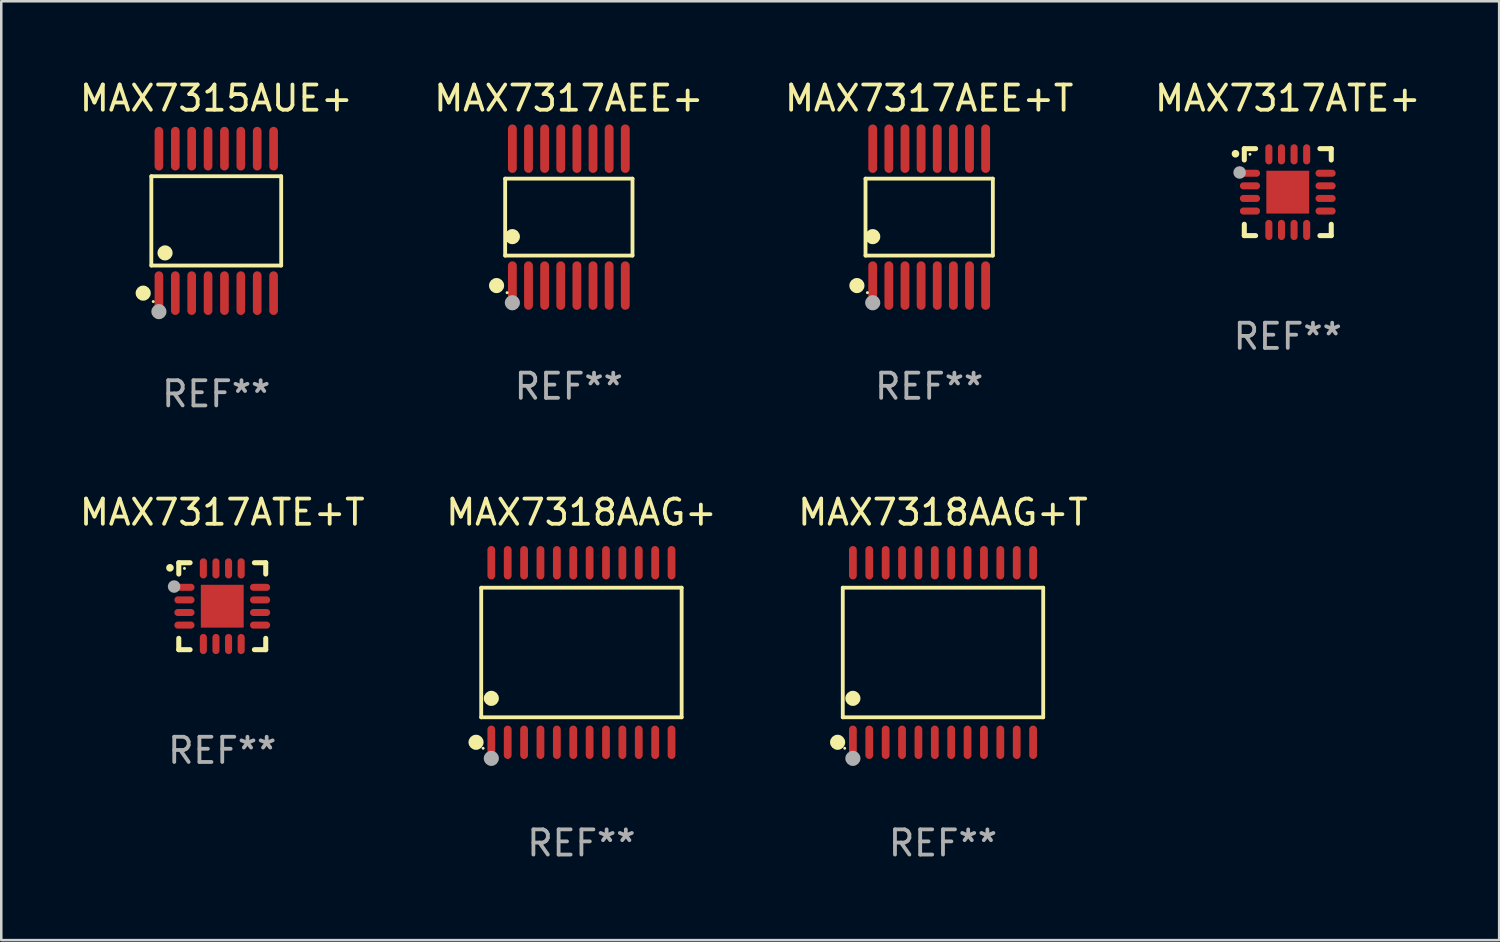
<source format=kicad_pcb>
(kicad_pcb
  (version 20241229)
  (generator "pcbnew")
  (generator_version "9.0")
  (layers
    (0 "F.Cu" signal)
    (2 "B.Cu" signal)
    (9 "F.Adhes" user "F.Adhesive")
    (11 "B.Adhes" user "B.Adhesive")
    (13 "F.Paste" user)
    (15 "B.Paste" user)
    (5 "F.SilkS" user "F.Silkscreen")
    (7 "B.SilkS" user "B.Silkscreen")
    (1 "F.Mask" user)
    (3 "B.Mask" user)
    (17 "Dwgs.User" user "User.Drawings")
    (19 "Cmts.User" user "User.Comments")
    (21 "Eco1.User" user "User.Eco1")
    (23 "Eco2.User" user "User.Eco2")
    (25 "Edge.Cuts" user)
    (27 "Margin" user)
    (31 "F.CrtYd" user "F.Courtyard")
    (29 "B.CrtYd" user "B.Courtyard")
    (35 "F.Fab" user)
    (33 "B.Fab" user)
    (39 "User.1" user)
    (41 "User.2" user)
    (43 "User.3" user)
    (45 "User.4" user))
  (footprint "MAX7317AEE+T"
    (layer "F.Cu")
    (at 33.815 5.564)
    (property "Reference" "MAX7317AEE+T" (at 0 -4.716 0) (layer "F.SilkS") (effects (font (size 1 1) (thickness 0.15))))
    (attr through_hole)
    (fp_line (start -2.526 -1.526) (end 2.526 -1.526) (stroke (width 0.152) (type solid)) (layer "F.SilkS"))
    (fp_line (start -2.526 1.526) (end -2.526 -1.526) (stroke (width 0.152) (type solid)) (layer "F.SilkS"))
    (fp_line (start 2.526 -1.526) (end 2.526 1.526) (stroke (width 0.152) (type solid)) (layer "F.SilkS"))
    (fp_line (start 2.526 1.526) (end -2.526 1.526) (stroke (width 0.152) (type solid)) (layer "F.SilkS"))
    (fp_circle (center -2.867 2.716) (end -2.717 2.716) (stroke (width 0.3) (type solid)) (fill no) (layer "F.SilkS"))
    (fp_circle (center -2.45 2.997) (end -2.42 2.997) (stroke (width 0.06) (type solid)) (fill no) (layer "F.SilkS"))
    (fp_circle (center -2.24 0.774) (end -2.09 0.774) (stroke (width 0.3) (type solid)) (fill no) (layer "F.SilkS"))
    (fp_circle (center -2.24 3.398) (end -2.09 3.398) (stroke (width 0.3) (type solid)) (fill no) (layer "F.Fab"))
    (fp_text user "REF**" (at 0 6.716 0) (layer "F.Fab") (effects (font (size 1 1) (thickness 0.15))))
    (pad "1" smd oval (at -2.24 2.716) (size 0.35 1.922) (layers "F.Cu" "F.Mask" "F.Paste"))
    (pad "2" smd oval (at -1.6 2.716) (size 0.35 1.922) (layers "F.Cu" "F.Mask" "F.Paste"))
    (pad "3" smd oval (at -0.96 2.716) (size 0.35 1.922) (layers "F.Cu" "F.Mask" "F.Paste"))
    (pad "4" smd oval (at -0.32 2.716) (size 0.35 1.922) (layers "F.Cu" "F.Mask" "F.Paste"))
    (pad "5" smd oval (at 0.32 2.716) (size 0.35 1.922) (layers "F.Cu" "F.Mask" "F.Paste"))
    (pad "6" smd oval (at 0.96 2.716) (size 0.35 1.922) (layers "F.Cu" "F.Mask" "F.Paste"))
    (pad "7" smd oval (at 1.6 2.716) (size 0.35 1.922) (layers "F.Cu" "F.Mask" "F.Paste"))
    (pad "8" smd oval (at 2.24 2.716) (size 0.35 1.922) (layers "F.Cu" "F.Mask" "F.Paste"))
    (pad "9" smd oval (at 2.24 -2.716) (size 0.35 1.922) (layers "F.Cu" "F.Mask" "F.Paste"))
    (pad "10" smd oval (at 1.6 -2.716) (size 0.35 1.922) (layers "F.Cu" "F.Mask" "F.Paste"))
    (pad "11" smd oval (at 0.96 -2.716) (size 0.35 1.922) (layers "F.Cu" "F.Mask" "F.Paste"))
    (pad "12" smd oval (at 0.32 -2.716) (size 0.35 1.922) (layers "F.Cu" "F.Mask" "F.Paste"))
    (pad "13" smd oval (at -0.32 -2.716) (size 0.35 1.922) (layers "F.Cu" "F.Mask" "F.Paste"))
    (pad "14" smd oval (at -0.96 -2.716) (size 0.35 1.922) (layers "F.Cu" "F.Mask" "F.Paste"))
    (pad "15" smd oval (at -1.6 -2.716) (size 0.35 1.922) (layers "F.Cu" "F.Mask" "F.Paste"))
    (pad "16" smd oval (at -2.24 -2.716) (size 0.35 1.922) (layers "F.Cu" "F.Mask" "F.Paste")))
  (footprint "MAX7317AEE+"
    (layer "F.Cu")
    (at 19.518 5.564)
    (property "Reference" "MAX7317AEE+" (at 0 -4.716 0) (layer "F.SilkS") (effects (font (size 1 1) (thickness 0.15))))
    (attr through_hole)
    (fp_line (start -2.526 -1.526) (end 2.526 -1.526) (stroke (width 0.152) (type solid)) (layer "F.SilkS"))
    (fp_line (start -2.526 1.526) (end -2.526 -1.526) (stroke (width 0.152) (type solid)) (layer "F.SilkS"))
    (fp_line (start 2.526 -1.526) (end 2.526 1.526) (stroke (width 0.152) (type solid)) (layer "F.SilkS"))
    (fp_line (start 2.526 1.526) (end -2.526 1.526) (stroke (width 0.152) (type solid)) (layer "F.SilkS"))
    (fp_circle (center -2.867 2.716) (end -2.717 2.716) (stroke (width 0.3) (type solid)) (fill no) (layer "F.SilkS"))
    (fp_circle (center -2.45 2.997) (end -2.42 2.997) (stroke (width 0.06) (type solid)) (fill no) (layer "F.SilkS"))
    (fp_circle (center -2.24 0.774) (end -2.09 0.774) (stroke (width 0.3) (type solid)) (fill no) (layer "F.SilkS"))
    (fp_circle (center -2.24 3.398) (end -2.09 3.398) (stroke (width 0.3) (type solid)) (fill no) (layer "F.Fab"))
    (fp_text user "REF**" (at 0 6.716 0) (layer "F.Fab") (effects (font (size 1 1) (thickness 0.15))))
    (pad "1" smd oval (at -2.24 2.716) (size 0.35 1.922) (layers "F.Cu" "F.Mask" "F.Paste"))
    (pad "2" smd oval (at -1.6 2.716) (size 0.35 1.922) (layers "F.Cu" "F.Mask" "F.Paste"))
    (pad "3" smd oval (at -0.96 2.716) (size 0.35 1.922) (layers "F.Cu" "F.Mask" "F.Paste"))
    (pad "4" smd oval (at -0.32 2.716) (size 0.35 1.922) (layers "F.Cu" "F.Mask" "F.Paste"))
    (pad "5" smd oval (at 0.32 2.716) (size 0.35 1.922) (layers "F.Cu" "F.Mask" "F.Paste"))
    (pad "6" smd oval (at 0.96 2.716) (size 0.35 1.922) (layers "F.Cu" "F.Mask" "F.Paste"))
    (pad "7" smd oval (at 1.6 2.716) (size 0.35 1.922) (layers "F.Cu" "F.Mask" "F.Paste"))
    (pad "8" smd oval (at 2.24 2.716) (size 0.35 1.922) (layers "F.Cu" "F.Mask" "F.Paste"))
    (pad "9" smd oval (at 2.24 -2.716) (size 0.35 1.922) (layers "F.Cu" "F.Mask" "F.Paste"))
    (pad "10" smd oval (at 1.6 -2.716) (size 0.35 1.922) (layers "F.Cu" "F.Mask" "F.Paste"))
    (pad "11" smd oval (at 0.96 -2.716) (size 0.35 1.922) (layers "F.Cu" "F.Mask" "F.Paste"))
    (pad "12" smd oval (at 0.32 -2.716) (size 0.35 1.922) (layers "F.Cu" "F.Mask" "F.Paste"))
    (pad "13" smd oval (at -0.32 -2.716) (size 0.35 1.922) (layers "F.Cu" "F.Mask" "F.Paste"))
    (pad "14" smd oval (at -0.96 -2.716) (size 0.35 1.922) (layers "F.Cu" "F.Mask" "F.Paste"))
    (pad "15" smd oval (at -1.6 -2.716) (size 0.35 1.922) (layers "F.Cu" "F.Mask" "F.Paste"))
    (pad "16" smd oval (at -2.24 -2.716) (size 0.35 1.922) (layers "F.Cu" "F.Mask" "F.Paste")))
  (footprint "MAX7315AUE+"
    (layer "F.Cu")
    (at 5.53 5.714)
    (property "Reference" "MAX7315AUE+" (at 0 -4.866 0) (layer "F.SilkS") (effects (font (size 1 1) (thickness 0.15))))
    (attr through_hole)
    (fp_line (start -2.576 -1.772) (end 2.576 -1.772) (stroke (width 0.152) (type solid)) (layer "F.SilkS"))
    (fp_line (start -2.576 1.771) (end -2.576 -1.772) (stroke (width 0.152) (type solid)) (layer "F.SilkS"))
    (fp_line (start 2.576 -1.772) (end 2.576 1.771) (stroke (width 0.152) (type solid)) (layer "F.SilkS"))
    (fp_line (start 2.576 1.771) (end -2.576 1.771) (stroke (width 0.152) (type solid)) (layer "F.SilkS"))
    (fp_circle (center -2.899 2.866) (end -2.749 2.866) (stroke (width 0.3) (type solid)) (fill no) (layer "F.SilkS"))
    (fp_circle (center -2.5 3.2) (end -2.47 3.2) (stroke (width 0.06) (type solid)) (fill no) (layer "F.SilkS"))
    (fp_circle (center -2.032 1.27) (end -1.882 1.27) (stroke (width 0.3) (type solid)) (fill no) (layer "F.SilkS"))
    (fp_circle (center -2.275 3.6) (end -2.125 3.6) (stroke (width 0.3) (type solid)) (fill no) (layer "F.Fab"))
    (fp_text user "REF**" (at 0 6.866 0) (layer "F.Fab") (effects (font (size 1 1) (thickness 0.15))))
    (pad "1" smd oval (at -2.275 2.866) (size 0.343 1.731) (layers "F.Cu" "F.Mask" "F.Paste"))
    (pad "2" smd oval (at -1.625 2.866) (size 0.343 1.731) (layers "F.Cu" "F.Mask" "F.Paste"))
    (pad "3" smd oval (at -0.975 2.866) (size 0.343 1.731) (layers "F.Cu" "F.Mask" "F.Paste"))
    (pad "4" smd oval (at -0.325 2.866) (size 0.343 1.731) (layers "F.Cu" "F.Mask" "F.Paste"))
    (pad "5" smd oval (at 0.325 2.866) (size 0.343 1.731) (layers "F.Cu" "F.Mask" "F.Paste"))
    (pad "6" smd oval (at 0.975 2.866) (size 0.343 1.731) (layers "F.Cu" "F.Mask" "F.Paste"))
    (pad "7" smd oval (at 1.625 2.866) (size 0.343 1.731) (layers "F.Cu" "F.Mask" "F.Paste"))
    (pad "8" smd oval (at 2.275 2.866) (size 0.343 1.731) (layers "F.Cu" "F.Mask" "F.Paste"))
    (pad "9" smd oval (at 2.275 -2.866) (size 0.343 1.731) (layers "F.Cu" "F.Mask" "F.Paste"))
    (pad "10" smd oval (at 1.625 -2.866) (size 0.343 1.731) (layers "F.Cu" "F.Mask" "F.Paste"))
    (pad "11" smd oval (at 0.975 -2.866) (size 0.343 1.731) (layers "F.Cu" "F.Mask" "F.Paste"))
    (pad "12" smd oval (at 0.325 -2.866) (size 0.343 1.731) (layers "F.Cu" "F.Mask" "F.Paste"))
    (pad "13" smd oval (at -0.325 -2.866) (size 0.343 1.731) (layers "F.Cu" "F.Mask" "F.Paste"))
    (pad "14" smd oval (at -0.975 -2.866) (size 0.343 1.731) (layers "F.Cu" "F.Mask" "F.Paste"))
    (pad "15" smd oval (at -1.625 -2.866) (size 0.343 1.731) (layers "F.Cu" "F.Mask" "F.Paste"))
    (pad "16" smd oval (at -2.275 -2.866) (size 0.343 1.731) (layers "F.Cu" "F.Mask" "F.Paste")))
  (footprint "MAX7317ATE+"
    (layer "F.Cu")
    (at 48.042 4.573)
    (property "Reference" "MAX7317ATE+" (at 0 -3.725 0) (layer "F.SilkS") (effects (font (size 1 1) (thickness 0.15))))
    (attr through_hole)
    (fp_line (start -1.725 -1.725) (end -1.275 -1.725) (stroke (width 0.2) (type solid)) (layer "F.SilkS"))
    (fp_line (start -1.725 -1.275) (end -1.725 -1.725) (stroke (width 0.2) (type solid)) (layer "F.SilkS"))
    (fp_line (start -1.725 1.725) (end -1.725 1.275) (stroke (width 0.2) (type solid)) (layer "F.SilkS"))
    (fp_line (start -1.275 1.725) (end -1.725 1.725) (stroke (width 0.2) (type solid)) (layer "F.SilkS"))
    (fp_line (start 1.275 -1.725) (end 1.725 -1.725) (stroke (width 0.2) (type solid)) (layer "F.SilkS"))
    (fp_line (start 1.275 1.725) (end 1.725 1.725) (stroke (width 0.2) (type solid)) (layer "F.SilkS"))
    (fp_line (start 1.725 -1.725) (end 1.725 -1.275) (stroke (width 0.2) (type solid)) (layer "F.SilkS"))
    (fp_line (start 1.725 1.725) (end 1.725 1.275) (stroke (width 0.2) (type solid)) (layer "F.SilkS"))
    (fp_arc (start -2.075184 -1.521463) (mid -2.075189 -1.522733) (end -2.075184 -1.524003) (stroke (width 0.3) (type solid)) (layer "F.SilkS"))
    (fp_circle (center -1.5 -1.5) (end -1.47 -1.5) (stroke (width 0.06) (type solid)) (fill no) (layer "F.SilkS"))
    (fp_circle (center -1.91 -0.78) (end -1.785 -0.78) (stroke (width 0.25) (type solid)) (fill no) (layer "F.Fab"))
    (fp_text user "REF**" (at 0 5.725 0) (layer "F.Fab") (effects (font (size 1 1) (thickness 0.15))))
    (pad "1" smd oval (at -1.5 -0.75) (size 0.8 0.28) (layers "F.Cu" "F.Mask" "F.Paste"))
    (pad "2" smd oval (at -1.5 -0.25) (size 0.8 0.28) (layers "F.Cu" "F.Mask" "F.Paste"))
    (pad "3" smd oval (at -1.5 0.25) (size 0.8 0.28) (layers "F.Cu" "F.Mask" "F.Paste"))
    (pad "4" smd oval (at -1.5 0.75) (size 0.8 0.28) (layers "F.Cu" "F.Mask" "F.Paste"))
    (pad "5" smd oval (at -0.75 1.5) (size 0.28 0.8) (layers "F.Cu" "F.Mask" "F.Paste"))
    (pad "6" smd oval (at -0.25 1.5) (size 0.28 0.8) (layers "F.Cu" "F.Mask" "F.Paste"))
    (pad "7" smd oval (at 0.25 1.5) (size 0.28 0.8) (layers "F.Cu" "F.Mask" "F.Paste"))
    (pad "8" smd oval (at 0.75 1.5) (size 0.28 0.8) (layers "F.Cu" "F.Mask" "F.Paste"))
    (pad "9" smd oval (at 1.5 0.75) (size 0.8 0.28) (layers "F.Cu" "F.Mask" "F.Paste"))
    (pad "10" smd oval (at 1.5 0.25) (size 0.8 0.28) (layers "F.Cu" "F.Mask" "F.Paste"))
    (pad "11" smd oval (at 1.5 -0.25) (size 0.8 0.28) (layers "F.Cu" "F.Mask" "F.Paste"))
    (pad "12" smd oval (at 1.5 -0.75) (size 0.8 0.28) (layers "F.Cu" "F.Mask" "F.Paste"))
    (pad "13" smd oval (at 0.75 -1.5) (size 0.28 0.8) (layers "F.Cu" "F.Mask" "F.Paste"))
    (pad "14" smd oval (at 0.25 -1.5) (size 0.28 0.8) (layers "F.Cu" "F.Mask" "F.Paste"))
    (pad "15" smd oval (at -0.25 -1.5) (size 0.28 0.8) (layers "F.Cu" "F.Mask" "F.Paste"))
    (pad "16" smd oval (at -0.75 -1.5) (size 0.28 0.8) (layers "F.Cu" "F.Mask" "F.Paste"))
    (pad "17" smd rect (at 0.000076 0.000076) (size 1.7 1.7) (layers "F.Cu" "F.Mask" "F.Paste")))
  (footprint "MAX7317ATE+T"
    (layer "F.Cu")
    (at 5.768 21.001)
    (property "Reference" "MAX7317ATE+T" (at 0 -3.725 0) (layer "F.SilkS") (effects (font (size 1 1) (thickness 0.15))))
    (attr through_hole)
    (fp_line (start -1.725 -1.725) (end -1.275 -1.725) (stroke (width 0.2) (type solid)) (layer "F.SilkS"))
    (fp_line (start -1.725 -1.275) (end -1.725 -1.725) (stroke (width 0.2) (type solid)) (layer "F.SilkS"))
    (fp_line (start -1.725 1.725) (end -1.725 1.275) (stroke (width 0.2) (type solid)) (layer "F.SilkS"))
    (fp_line (start -1.275 1.725) (end -1.725 1.725) (stroke (width 0.2) (type solid)) (layer "F.SilkS"))
    (fp_line (start 1.275 -1.725) (end 1.725 -1.725) (stroke (width 0.2) (type solid)) (layer "F.SilkS"))
    (fp_line (start 1.275 1.725) (end 1.725 1.725) (stroke (width 0.2) (type solid)) (layer "F.SilkS"))
    (fp_line (start 1.725 -1.725) (end 1.725 -1.275) (stroke (width 0.2) (type solid)) (layer "F.SilkS"))
    (fp_line (start 1.725 1.725) (end 1.725 1.275) (stroke (width 0.2) (type solid)) (layer "F.SilkS"))
    (fp_arc (start -2.075184 -1.521463) (mid -2.075189 -1.522733) (end -2.075184 -1.524003) (stroke (width 0.3) (type solid)) (layer "F.SilkS"))
    (fp_circle (center -1.5 -1.5) (end -1.47 -1.5) (stroke (width 0.06) (type solid)) (fill no) (layer "F.SilkS"))
    (fp_circle (center -1.91 -0.78) (end -1.785 -0.78) (stroke (width 0.25) (type solid)) (fill no) (layer "F.Fab"))
    (fp_text user "REF**" (at 0 5.725 0) (layer "F.Fab") (effects (font (size 1 1) (thickness 0.15))))
    (pad "1" smd oval (at -1.5 -0.75) (size 0.8 0.28) (layers "F.Cu" "F.Mask" "F.Paste"))
    (pad "2" smd oval (at -1.5 -0.25) (size 0.8 0.28) (layers "F.Cu" "F.Mask" "F.Paste"))
    (pad "3" smd oval (at -1.5 0.25) (size 0.8 0.28) (layers "F.Cu" "F.Mask" "F.Paste"))
    (pad "4" smd oval (at -1.5 0.75) (size 0.8 0.28) (layers "F.Cu" "F.Mask" "F.Paste"))
    (pad "5" smd oval (at -0.75 1.5) (size 0.28 0.8) (layers "F.Cu" "F.Mask" "F.Paste"))
    (pad "6" smd oval (at -0.25 1.5) (size 0.28 0.8) (layers "F.Cu" "F.Mask" "F.Paste"))
    (pad "7" smd oval (at 0.25 1.5) (size 0.28 0.8) (layers "F.Cu" "F.Mask" "F.Paste"))
    (pad "8" smd oval (at 0.75 1.5) (size 0.28 0.8) (layers "F.Cu" "F.Mask" "F.Paste"))
    (pad "9" smd oval (at 1.5 0.75) (size 0.8 0.28) (layers "F.Cu" "F.Mask" "F.Paste"))
    (pad "10" smd oval (at 1.5 0.25) (size 0.8 0.28) (layers "F.Cu" "F.Mask" "F.Paste"))
    (pad "11" smd oval (at 1.5 -0.25) (size 0.8 0.28) (layers "F.Cu" "F.Mask" "F.Paste"))
    (pad "12" smd oval (at 1.5 -0.75) (size 0.8 0.28) (layers "F.Cu" "F.Mask" "F.Paste"))
    (pad "13" smd oval (at 0.75 -1.5) (size 0.28 0.8) (layers "F.Cu" "F.Mask" "F.Paste"))
    (pad "14" smd oval (at 0.25 -1.5) (size 0.28 0.8) (layers "F.Cu" "F.Mask" "F.Paste"))
    (pad "15" smd oval (at -0.25 -1.5) (size 0.28 0.8) (layers "F.Cu" "F.Mask" "F.Paste"))
    (pad "16" smd oval (at -0.75 -1.5) (size 0.28 0.8) (layers "F.Cu" "F.Mask" "F.Paste"))
    (pad "17" smd rect (at 0.000076 0.000076) (size 1.7 1.7) (layers "F.Cu" "F.Mask" "F.Paste")))
  (footprint "MAX7318AAG+"
    (layer "F.Cu")
    (at 20.018 22.838)
    (property "Reference" "MAX7318AAG+" (at 0 -5.562 0) (layer "F.SilkS") (effects (font (size 1 1) (thickness 0.15))))
    (attr through_hole)
    (fp_line (start -3.976 -2.571) (end 3.976 -2.571) (stroke (width 0.152) (type solid)) (layer "F.SilkS"))
    (fp_line (start -3.976 2.571) (end -3.976 -2.571) (stroke (width 0.152) (type solid)) (layer "F.SilkS"))
    (fp_line (start 3.976 -2.571) (end 3.976 2.571) (stroke (width 0.152) (type solid)) (layer "F.SilkS"))
    (fp_line (start 3.976 2.571) (end -3.976 2.571) (stroke (width 0.152) (type solid)) (layer "F.SilkS"))
    (fp_circle (center -4.181 3.562) (end -4.031 3.562) (stroke (width 0.3) (type solid)) (fill no) (layer "F.SilkS"))
    (fp_circle (center -3.9 3.8) (end -3.87 3.8) (stroke (width 0.06) (type solid)) (fill no) (layer "F.SilkS"))
    (fp_circle (center -3.575 1.819) (end -3.425 1.819) (stroke (width 0.3) (type solid)) (fill no) (layer "F.SilkS"))
    (fp_circle (center -3.575 4.2) (end -3.425 4.2) (stroke (width 0.3) (type solid)) (fill no) (layer "F.Fab"))
    (fp_text user "REF**" (at 0 7.562 0) (layer "F.Fab") (effects (font (size 1 1) (thickness 0.15))))
    (pad "1" smd oval (at -3.575 3.562) (size 0.308 1.324) (layers "F.Cu" "F.Mask" "F.Paste"))
    (pad "2" smd oval (at -2.925 3.562) (size 0.308 1.324) (layers "F.Cu" "F.Mask" "F.Paste"))
    (pad "3" smd oval (at -2.275 3.562) (size 0.308 1.324) (layers "F.Cu" "F.Mask" "F.Paste"))
    (pad "4" smd oval (at -1.625 3.562) (size 0.308 1.324) (layers "F.Cu" "F.Mask" "F.Paste"))
    (pad "5" smd oval (at -0.975 3.562) (size 0.308 1.324) (layers "F.Cu" "F.Mask" "F.Paste"))
    (pad "6" smd oval (at -0.325 3.562) (size 0.308 1.324) (layers "F.Cu" "F.Mask" "F.Paste"))
    (pad "7" smd oval (at 0.325 3.562) (size 0.308 1.324) (layers "F.Cu" "F.Mask" "F.Paste"))
    (pad "8" smd oval (at 0.975 3.562) (size 0.308 1.324) (layers "F.Cu" "F.Mask" "F.Paste"))
    (pad "9" smd oval (at 1.625 3.562) (size 0.308 1.324) (layers "F.Cu" "F.Mask" "F.Paste"))
    (pad "10" smd oval (at 2.275 3.562) (size 0.308 1.324) (layers "F.Cu" "F.Mask" "F.Paste"))
    (pad "11" smd oval (at 2.925 3.562) (size 0.308 1.324) (layers "F.Cu" "F.Mask" "F.Paste"))
    (pad "12" smd oval (at 3.575 3.562) (size 0.308 1.324) (layers "F.Cu" "F.Mask" "F.Paste"))
    (pad "13" smd oval (at 3.575 -3.562) (size 0.308 1.324) (layers "F.Cu" "F.Mask" "F.Paste"))
    (pad "14" smd oval (at 2.925 -3.562) (size 0.308 1.324) (layers "F.Cu" "F.Mask" "F.Paste"))
    (pad "15" smd oval (at 2.275 -3.562) (size 0.308 1.324) (layers "F.Cu" "F.Mask" "F.Paste"))
    (pad "16" smd oval (at 1.625 -3.562) (size 0.308 1.324) (layers "F.Cu" "F.Mask" "F.Paste"))
    (pad "17" smd oval (at 0.975 -3.562) (size 0.308 1.324) (layers "F.Cu" "F.Mask" "F.Paste"))
    (pad "18" smd oval (at 0.325 -3.562) (size 0.308 1.324) (layers "F.Cu" "F.Mask" "F.Paste"))
    (pad "19" smd oval (at -0.325 -3.562) (size 0.308 1.324) (layers "F.Cu" "F.Mask" "F.Paste"))
    (pad "20" smd oval (at -0.975 -3.562) (size 0.308 1.324) (layers "F.Cu" "F.Mask" "F.Paste"))
    (pad "21" smd oval (at -1.625 -3.562) (size 0.308 1.324) (layers "F.Cu" "F.Mask" "F.Paste"))
    (pad "22" smd oval (at -2.275 -3.562) (size 0.308 1.324) (layers "F.Cu" "F.Mask" "F.Paste"))
    (pad "23" smd oval (at -2.925 -3.562) (size 0.308 1.324) (layers "F.Cu" "F.Mask" "F.Paste"))
    (pad "24" smd oval (at -3.575 -3.562) (size 0.308 1.324) (layers "F.Cu" "F.Mask" "F.Paste")))
  (footprint "MAX7318AAG+T"
    (layer "F.Cu")
    (at 34.363 22.838)
    (property "Reference" "MAX7318AAG+T" (at 0 -5.562 0) (layer "F.SilkS") (effects (font (size 1 1) (thickness 0.15))))
    (attr through_hole)
    (fp_line (start -3.976 -2.571) (end 3.976 -2.571) (stroke (width 0.152) (type solid)) (layer "F.SilkS"))
    (fp_line (start -3.976 2.571) (end -3.976 -2.571) (stroke (width 0.152) (type solid)) (layer "F.SilkS"))
    (fp_line (start 3.976 -2.571) (end 3.976 2.571) (stroke (width 0.152) (type solid)) (layer "F.SilkS"))
    (fp_line (start 3.976 2.571) (end -3.976 2.571) (stroke (width 0.152) (type solid)) (layer "F.SilkS"))
    (fp_circle (center -4.181 3.562) (end -4.031 3.562) (stroke (width 0.3) (type solid)) (fill no) (layer "F.SilkS"))
    (fp_circle (center -3.9 3.8) (end -3.87 3.8) (stroke (width 0.06) (type solid)) (fill no) (layer "F.SilkS"))
    (fp_circle (center -3.575 1.819) (end -3.425 1.819) (stroke (width 0.3) (type solid)) (fill no) (layer "F.SilkS"))
    (fp_circle (center -3.575 4.2) (end -3.425 4.2) (stroke (width 0.3) (type solid)) (fill no) (layer "F.Fab"))
    (fp_text user "REF**" (at 0 7.562 0) (layer "F.Fab") (effects (font (size 1 1) (thickness 0.15))))
    (pad "1" smd oval (at -3.575 3.562) (size 0.308 1.324) (layers "F.Cu" "F.Mask" "F.Paste"))
    (pad "2" smd oval (at -2.925 3.562) (size 0.308 1.324) (layers "F.Cu" "F.Mask" "F.Paste"))
    (pad "3" smd oval (at -2.275 3.562) (size 0.308 1.324) (layers "F.Cu" "F.Mask" "F.Paste"))
    (pad "4" smd oval (at -1.625 3.562) (size 0.308 1.324) (layers "F.Cu" "F.Mask" "F.Paste"))
    (pad "5" smd oval (at -0.975 3.562) (size 0.308 1.324) (layers "F.Cu" "F.Mask" "F.Paste"))
    (pad "6" smd oval (at -0.325 3.562) (size 0.308 1.324) (layers "F.Cu" "F.Mask" "F.Paste"))
    (pad "7" smd oval (at 0.325 3.562) (size 0.308 1.324) (layers "F.Cu" "F.Mask" "F.Paste"))
    (pad "8" smd oval (at 0.975 3.562) (size 0.308 1.324) (layers "F.Cu" "F.Mask" "F.Paste"))
    (pad "9" smd oval (at 1.625 3.562) (size 0.308 1.324) (layers "F.Cu" "F.Mask" "F.Paste"))
    (pad "10" smd oval (at 2.275 3.562) (size 0.308 1.324) (layers "F.Cu" "F.Mask" "F.Paste"))
    (pad "11" smd oval (at 2.925 3.562) (size 0.308 1.324) (layers "F.Cu" "F.Mask" "F.Paste"))
    (pad "12" smd oval (at 3.575 3.562) (size 0.308 1.324) (layers "F.Cu" "F.Mask" "F.Paste"))
    (pad "13" smd oval (at 3.575 -3.562) (size 0.308 1.324) (layers "F.Cu" "F.Mask" "F.Paste"))
    (pad "14" smd oval (at 2.925 -3.562) (size 0.308 1.324) (layers "F.Cu" "F.Mask" "F.Paste"))
    (pad "15" smd oval (at 2.275 -3.562) (size 0.308 1.324) (layers "F.Cu" "F.Mask" "F.Paste"))
    (pad "16" smd oval (at 1.625 -3.562) (size 0.308 1.324) (layers "F.Cu" "F.Mask" "F.Paste"))
    (pad "17" smd oval (at 0.975 -3.562) (size 0.308 1.324) (layers "F.Cu" "F.Mask" "F.Paste"))
    (pad "18" smd oval (at 0.325 -3.562) (size 0.308 1.324) (layers "F.Cu" "F.Mask" "F.Paste"))
    (pad "19" smd oval (at -0.325 -3.562) (size 0.308 1.324) (layers "F.Cu" "F.Mask" "F.Paste"))
    (pad "20" smd oval (at -0.975 -3.562) (size 0.308 1.324) (layers "F.Cu" "F.Mask" "F.Paste"))
    (pad "21" smd oval (at -1.625 -3.562) (size 0.308 1.324) (layers "F.Cu" "F.Mask" "F.Paste"))
    (pad "22" smd oval (at -2.275 -3.562) (size 0.308 1.324) (layers "F.Cu" "F.Mask" "F.Paste"))
    (pad "23" smd oval (at -2.925 -3.562) (size 0.308 1.324) (layers "F.Cu" "F.Mask" "F.Paste"))
    (pad "24" smd oval (at -3.575 -3.562) (size 0.308 1.324) (layers "F.Cu" "F.Mask" "F.Paste")))
  (gr_rect
    (start -3 -3)
    (end 56.429 34.249)
    (stroke (width 0.1) (type default))
    (fill no)
    (layer "Edge.Cuts")))
</source>
